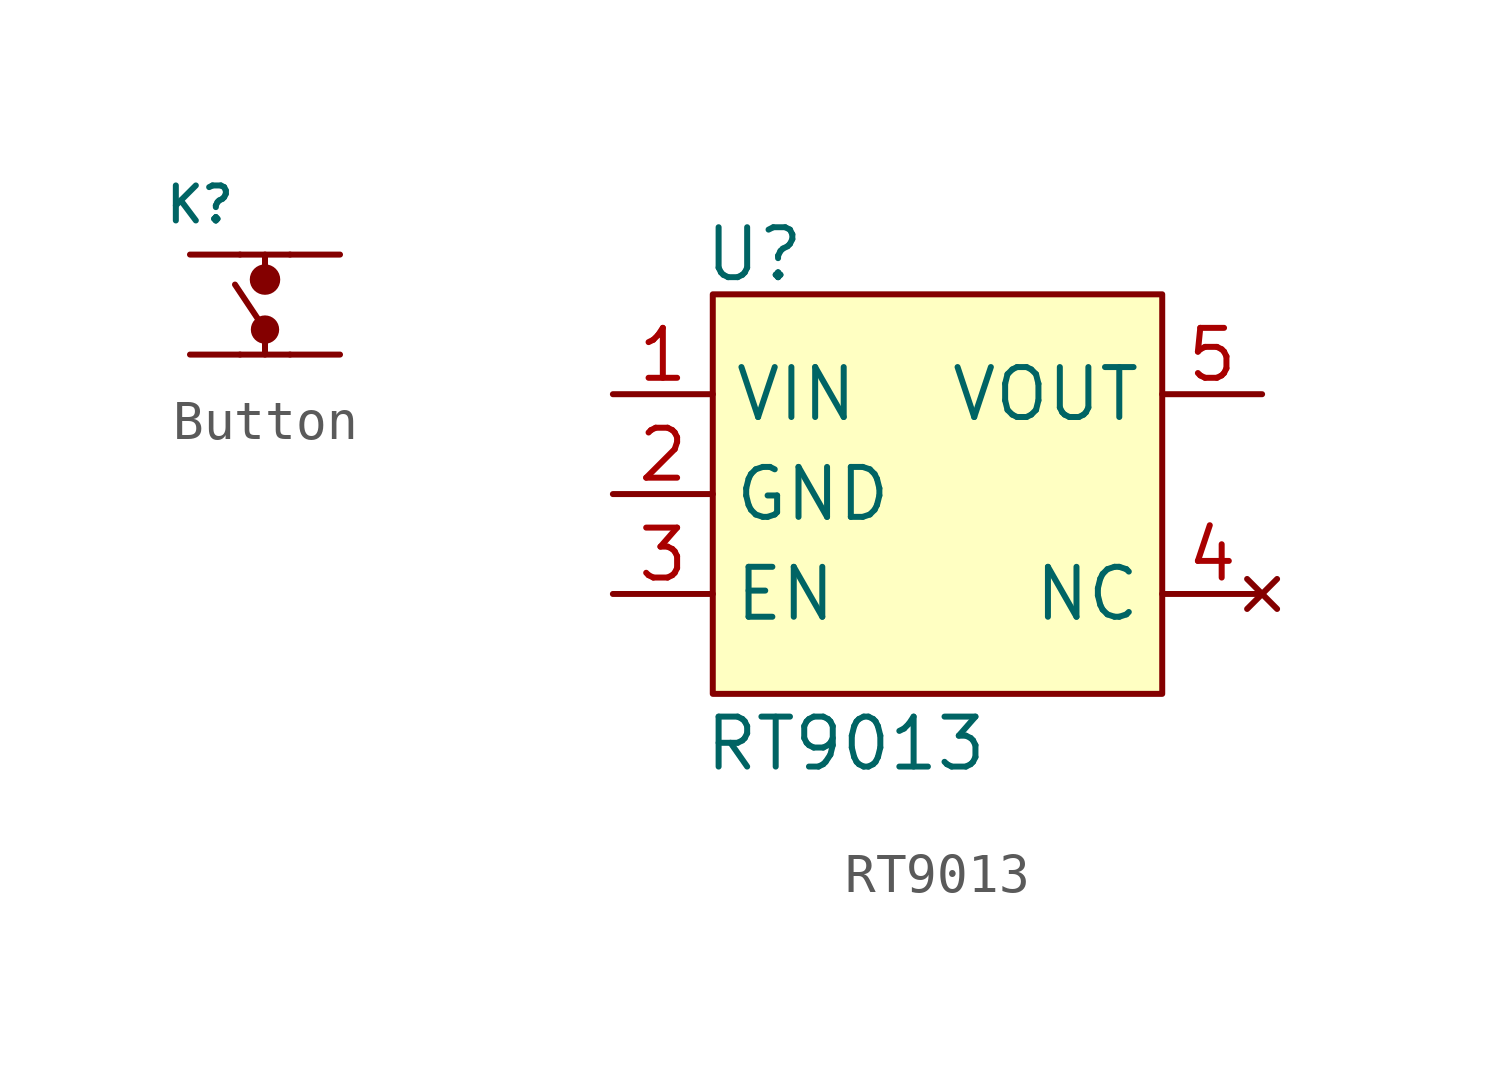
<source format=kicad_sym>
(kicad_symbol_lib
  (version 20231120)
  (generator "kicad_symbol_editor")
  (generator_version "8.0")
  (symbol "Button"
    (pin_numbers hide)
    (property "Reference" "K"
      (at 0.254 1.27 0)
      (effects (font (size 0.889 0.889))))
    (property "Value" ""
      (at 0 0 0)
      (effects (font (size 1.27 1.27))))
    (symbol "Button_0_1"
      (polyline (pts (xy 1.27 0) (xy 2.54 0)) (stroke (width 0) (type default)) (fill (type none)))
      (polyline (pts (xy 1.905 -2.54) (xy 1.905 -2.159)) (stroke (width 0) (type default)) (fill (type none)))
      (polyline (pts (xy 1.905 -1.905) (xy 1.143 -0.762)) (stroke (width 0) (type default)) (fill (type none)))
      (polyline (pts (xy 1.905 0) (xy 1.905 -0.254)) (stroke (width 0) (type default)) (fill (type none)))
      (polyline (pts (xy 2.54 -2.54) (xy 1.27 -2.54)) (stroke (width 0) (type default)) (fill (type none)))
      (circle (center 1.905 -1.905) (radius 0.284) (stroke (width 0) (type default)) (fill (type color) (color 132 0 0 1)))
      (circle (center 1.905 -0.635) (radius 0.311) (stroke (width 0) (type default)) (fill (type color) (color 132 0 0 1))))
    (symbol "Button_1_1"
      (pin unspecified line (at 0 0 0) (length 1.27) (name "" (effects (font (size 1.27 1.27)))) (number "1" (effects (font (size 0.508 0.508)))))
      (pin unspecified line (at 3.81 0 180) (length 1.27) (name "" (effects (font (size 1.27 1.27)))) (number "2" (effects (font (size 0.508 0.508)))))
      (pin unspecified line (at 0 -2.54 0) (length 1.27) (name "" (effects (font (size 1.27 1.27)))) (number "3" (effects (font (size 0.508 0.508)))))
      (pin unspecified line (at 3.81 -2.54 180) (length 1.27) (name "" (effects (font (size 1.27 1.27)))) (number "4" (effects (font (size 0.508 0.508)))))))
  (symbol "RT9013"
    (property "Reference" "U"
      (at -0.254 1.016 0)
      (effects (font (size 1.27 1.27)) (justify left)))
    (property "Value" "RT9013"
      (at -0.254 -11.43 0)
      (effects (font (size 1.27 1.27)) (justify left)))
    (symbol "RT9013_0_1"
      (rectangle (start 0 0) (end 11.43 -10.16) (stroke (width 0) (type default)) (fill (type background))))
    (symbol "RT9013_1_1"
      (pin power_in line (at -2.54 -2.54 0) (length 2.54) (name "VIN" (effects (font (size 1.27 1.27)))) (number "1" (effects (font (size 1.27 1.27)))))
      (pin power_in line (at -2.54 -5.08 0) (length 2.54) (name "GND" (effects (font (size 1.27 1.27)))) (number "2" (effects (font (size 1.27 1.27)))))
      (pin input line (at -2.54 -7.62 0) (length 2.54) (name "EN" (effects (font (size 1.27 1.27)))) (number "3" (effects (font (size 1.27 1.27)))))
      (pin no_connect line (at 13.97 -7.62 180) (length 2.54) (name "NC" (effects (font (size 1.27 1.27)))) (number "4" (effects (font (size 1.27 1.27)))))
      (pin power_out line (at 13.97 -2.54 180) (length 2.54) (name "VOUT" (effects (font (size 1.27 1.27)))) (number "5" (effects (font (size 1.27 1.27))))))))
</source>
